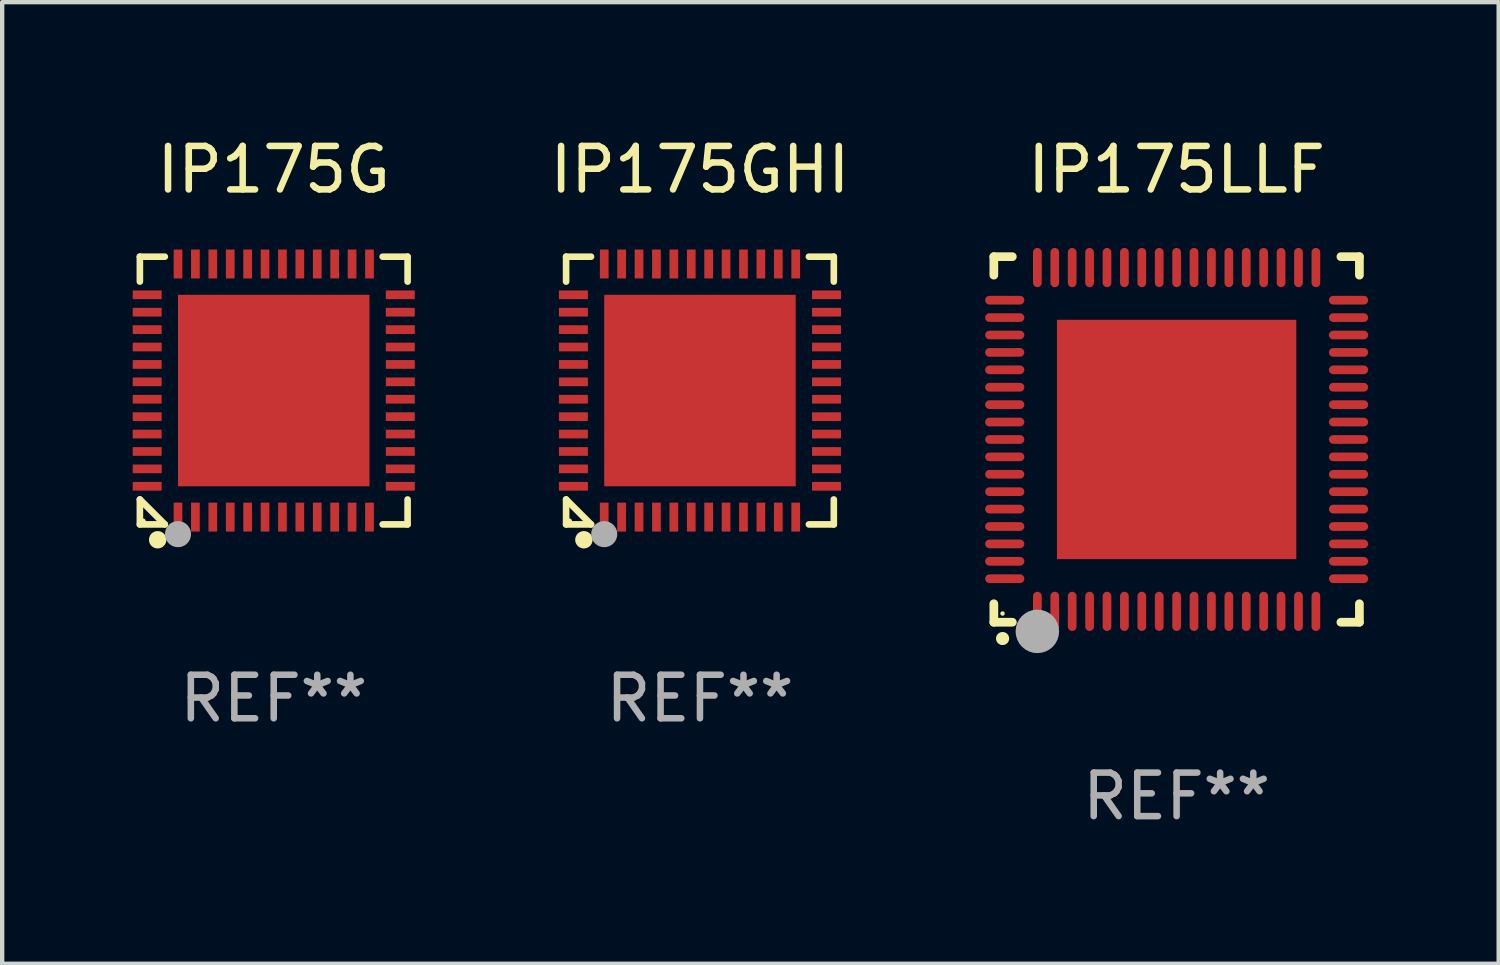
<source format=kicad_pcb>
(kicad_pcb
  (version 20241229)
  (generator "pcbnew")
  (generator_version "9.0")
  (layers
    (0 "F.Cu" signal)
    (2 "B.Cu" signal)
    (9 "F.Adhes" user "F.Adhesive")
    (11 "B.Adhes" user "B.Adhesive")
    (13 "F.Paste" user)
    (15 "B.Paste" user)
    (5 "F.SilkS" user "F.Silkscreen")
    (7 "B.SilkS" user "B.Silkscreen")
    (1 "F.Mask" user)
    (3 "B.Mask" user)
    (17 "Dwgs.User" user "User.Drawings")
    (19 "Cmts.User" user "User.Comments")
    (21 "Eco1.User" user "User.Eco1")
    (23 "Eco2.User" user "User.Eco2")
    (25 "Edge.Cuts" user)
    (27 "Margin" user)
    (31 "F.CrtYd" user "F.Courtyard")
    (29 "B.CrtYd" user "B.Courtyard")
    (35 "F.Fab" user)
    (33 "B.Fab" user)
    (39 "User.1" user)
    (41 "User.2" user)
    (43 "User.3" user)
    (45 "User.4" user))
  (footprint "IP175LLF"
    (layer "F.Cu")
    (at 23.987 7.048)
    (property "Reference" "IP175LLF" (at 0 -6.2 0) (layer "F.SilkS") (effects (font (size 1 1) (thickness 0.15))))
    (attr through_hole)
    (fp_line (start -4.2 -4.2) (end -4.2 -3.775) (stroke (width 0.2) (type solid)) (layer "F.SilkS"))
    (fp_line (start -4.2 4.2) (end -4.2 3.775) (stroke (width 0.2) (type solid)) (layer "F.SilkS"))
    (fp_line (start -3.775 -4.2) (end -4.2 -4.2) (stroke (width 0.2) (type solid)) (layer "F.SilkS"))
    (fp_line (start -3.775 4.2) (end -4.2 4.2) (stroke (width 0.2) (type solid)) (layer "F.SilkS"))
    (fp_line (start 3.775 4.2) (end 4.2 4.2) (stroke (width 0.2) (type solid)) (layer "F.SilkS"))
    (fp_line (start 4.2 -4.2) (end 3.775 -4.2) (stroke (width 0.2) (type solid)) (layer "F.SilkS"))
    (fp_line (start 4.2 -3.775) (end 4.2 -4.2) (stroke (width 0.2) (type solid)) (layer "F.SilkS"))
    (fp_line (start 4.2 4.2) (end 4.2 3.775) (stroke (width 0.2) (type solid)) (layer "F.SilkS"))
    (fp_arc (start -4.000495 4.574536) (mid -3.999225 4.574531) (end -3.997955 4.574536) (stroke (width 0.3) (type solid)) (layer "F.SilkS"))
    (fp_circle (center -4 4) (end -3.974 4) (stroke (width 0.05) (type solid)) (fill no) (layer "F.SilkS"))
    (fp_circle (center -3.2 4.41) (end -2.95 4.41) (stroke (width 0.5) (type solid)) (fill no) (layer "F.Fab"))
    (fp_text user "REF**" (at 0 8.2 0) (layer "F.Fab") (effects (font (size 1 1) (thickness 0.15))))
    (pad "1" smd oval (at -3.2 3.95) (size 0.2 0.9) (layers "F.Cu" "F.Mask" "F.Paste"))
    (pad "2" smd oval (at -2.8 3.95) (size 0.2 0.9) (layers "F.Cu" "F.Mask" "F.Paste"))
    (pad "3" smd oval (at -2.4 3.95) (size 0.2 0.9) (layers "F.Cu" "F.Mask" "F.Paste"))
    (pad "4" smd oval (at -2 3.95) (size 0.2 0.9) (layers "F.Cu" "F.Mask" "F.Paste"))
    (pad "5" smd oval (at -1.6 3.95) (size 0.2 0.9) (layers "F.Cu" "F.Mask" "F.Paste"))
    (pad "6" smd oval (at -1.2 3.95) (size 0.2 0.9) (layers "F.Cu" "F.Mask" "F.Paste"))
    (pad "7" smd oval (at -0.8 3.95) (size 0.2 0.9) (layers "F.Cu" "F.Mask" "F.Paste"))
    (pad "8" smd oval (at -0.4 3.95) (size 0.2 0.9) (layers "F.Cu" "F.Mask" "F.Paste"))
    (pad "9" smd oval (at -0.000038 3.95) (size 0.2 0.9) (layers "F.Cu" "F.Mask" "F.Paste"))
    (pad "10" smd oval (at 0.4 3.95) (size 0.2 0.9) (layers "F.Cu" "F.Mask" "F.Paste"))
    (pad "11" smd oval (at 0.8 3.95) (size 0.2 0.9) (layers "F.Cu" "F.Mask" "F.Paste"))
    (pad "12" smd oval (at 1.2 3.95) (size 0.2 0.9) (layers "F.Cu" "F.Mask" "F.Paste"))
    (pad "13" smd oval (at 1.6 3.95) (size 0.2 0.9) (layers "F.Cu" "F.Mask" "F.Paste"))
    (pad "14" smd oval (at 2 3.95) (size 0.2 0.9) (layers "F.Cu" "F.Mask" "F.Paste"))
    (pad "15" smd oval (at 2.4 3.95) (size 0.2 0.9) (layers "F.Cu" "F.Mask" "F.Paste"))
    (pad "16" smd oval (at 2.8 3.95) (size 0.2 0.9) (layers "F.Cu" "F.Mask" "F.Paste"))
    (pad "17" smd oval (at 3.2 3.95) (size 0.2 0.9) (layers "F.Cu" "F.Mask" "F.Paste"))
    (pad "18" smd oval (at 3.95 3.2) (size 0.9 0.2) (layers "F.Cu" "F.Mask" "F.Paste"))
    (pad "19" smd oval (at 3.95 2.8) (size 0.9 0.2) (layers "F.Cu" "F.Mask" "F.Paste"))
    (pad "20" smd oval (at 3.95 2.4) (size 0.9 0.2) (layers "F.Cu" "F.Mask" "F.Paste"))
    (pad "21" smd oval (at 3.95 2) (size 0.9 0.2) (layers "F.Cu" "F.Mask" "F.Paste"))
    (pad "22" smd oval (at 3.95 1.6) (size 0.9 0.2) (layers "F.Cu" "F.Mask" "F.Paste"))
    (pad "23" smd oval (at 3.95 1.2) (size 0.9 0.2) (layers "F.Cu" "F.Mask" "F.Paste"))
    (pad "24" smd oval (at 3.95 0.8) (size 0.9 0.2) (layers "F.Cu" "F.Mask" "F.Paste"))
    (pad "25" smd oval (at 3.95 0.4) (size 0.9 0.2) (layers "F.Cu" "F.Mask" "F.Paste"))
    (pad "26" smd oval (at 3.95 0.000089) (size 0.9 0.2) (layers "F.Cu" "F.Mask" "F.Paste"))
    (pad "27" smd oval (at 3.95 -0.4) (size 0.9 0.2) (layers "F.Cu" "F.Mask" "F.Paste"))
    (pad "28" smd oval (at 3.95 -0.8) (size 0.9 0.2) (layers "F.Cu" "F.Mask" "F.Paste"))
    (pad "29" smd oval (at 3.95 -1.2) (size 0.9 0.2) (layers "F.Cu" "F.Mask" "F.Paste"))
    (pad "30" smd oval (at 3.95 -1.6) (size 0.9 0.2) (layers "F.Cu" "F.Mask" "F.Paste"))
    (pad "31" smd oval (at 3.95 -2) (size 0.9 0.2) (layers "F.Cu" "F.Mask" "F.Paste"))
    (pad "32" smd oval (at 3.95 -2.4) (size 0.9 0.2) (layers "F.Cu" "F.Mask" "F.Paste"))
    (pad "33" smd oval (at 3.95 -2.8) (size 0.9 0.2) (layers "F.Cu" "F.Mask" "F.Paste"))
    (pad "34" smd oval (at 3.95 -3.2) (size 0.9 0.2) (layers "F.Cu" "F.Mask" "F.Paste"))
    (pad "35" smd oval (at 3.2 -3.95) (size 0.2 0.9) (layers "F.Cu" "F.Mask" "F.Paste"))
    (pad "36" smd oval (at 2.8 -3.95) (size 0.2 0.9) (layers "F.Cu" "F.Mask" "F.Paste"))
    (pad "37" smd oval (at 2.4 -3.95) (size 0.2 0.9) (layers "F.Cu" "F.Mask" "F.Paste"))
    (pad "38" smd oval (at 2 -3.95) (size 0.2 0.9) (layers "F.Cu" "F.Mask" "F.Paste"))
    (pad "39" smd oval (at 1.6 -3.95) (size 0.2 0.9) (layers "F.Cu" "F.Mask" "F.Paste"))
    (pad "40" smd oval (at 1.2 -3.95) (size 0.2 0.9) (layers "F.Cu" "F.Mask" "F.Paste"))
    (pad "41" smd oval (at 0.8 -3.95) (size 0.2 0.9) (layers "F.Cu" "F.Mask" "F.Paste"))
    (pad "42" smd oval (at 0.4 -3.95) (size 0.2 0.9) (layers "F.Cu" "F.Mask" "F.Paste"))
    (pad "43" smd oval (at -0.000038 -3.95) (size 0.2 0.9) (layers "F.Cu" "F.Mask" "F.Paste"))
    (pad "44" smd oval (at -0.4 -3.95) (size 0.2 0.9) (layers "F.Cu" "F.Mask" "F.Paste"))
    (pad "45" smd oval (at -0.8 -3.95) (size 0.2 0.9) (layers "F.Cu" "F.Mask" "F.Paste"))
    (pad "46" smd oval (at -1.2 -3.95) (size 0.2 0.9) (layers "F.Cu" "F.Mask" "F.Paste"))
    (pad "47" smd oval (at -1.6 -3.95) (size 0.2 0.9) (layers "F.Cu" "F.Mask" "F.Paste"))
    (pad "48" smd oval (at -2 -3.95) (size 0.2 0.9) (layers "F.Cu" "F.Mask" "F.Paste"))
    (pad "49" smd oval (at -2.4 -3.95) (size 0.2 0.9) (layers "F.Cu" "F.Mask" "F.Paste"))
    (pad "50" smd oval (at -2.8 -3.95) (size 0.2 0.9) (layers "F.Cu" "F.Mask" "F.Paste"))
    (pad "51" smd oval (at -3.2 -3.95) (size 0.2 0.9) (layers "F.Cu" "F.Mask" "F.Paste"))
    (pad "52" smd oval (at -3.95 -3.2) (size 0.9 0.2) (layers "F.Cu" "F.Mask" "F.Paste"))
    (pad "53" smd oval (at -3.95 -2.8) (size 0.9 0.2) (layers "F.Cu" "F.Mask" "F.Paste"))
    (pad "54" smd oval (at -3.95 -2.4) (size 0.9 0.2) (layers "F.Cu" "F.Mask" "F.Paste"))
    (pad "55" smd oval (at -3.95 -2) (size 0.9 0.2) (layers "F.Cu" "F.Mask" "F.Paste"))
    (pad "56" smd oval (at -3.95 -1.6) (size 0.9 0.2) (layers "F.Cu" "F.Mask" "F.Paste"))
    (pad "57" smd oval (at -3.95 -1.2) (size 0.9 0.2) (layers "F.Cu" "F.Mask" "F.Paste"))
    (pad "58" smd oval (at -3.95 -0.8) (size 0.9 0.2) (layers "F.Cu" "F.Mask" "F.Paste"))
    (pad "59" smd oval (at -3.95 -0.4) (size 0.9 0.2) (layers "F.Cu" "F.Mask" "F.Paste"))
    (pad "60" smd oval (at -3.95 0.000089) (size 0.9 0.2) (layers "F.Cu" "F.Mask" "F.Paste"))
    (pad "61" smd oval (at -3.95 0.4) (size 0.9 0.2) (layers "F.Cu" "F.Mask" "F.Paste"))
    (pad "62" smd oval (at -3.95 0.8) (size 0.9 0.2) (layers "F.Cu" "F.Mask" "F.Paste"))
    (pad "63" smd oval (at -3.95 1.2) (size 0.9 0.2) (layers "F.Cu" "F.Mask" "F.Paste"))
    (pad "64" smd oval (at -3.95 1.6) (size 0.9 0.2) (layers "F.Cu" "F.Mask" "F.Paste"))
    (pad "65" smd oval (at -3.95 2) (size 0.9 0.2) (layers "F.Cu" "F.Mask" "F.Paste"))
    (pad "66" smd oval (at -3.95 2.4) (size 0.9 0.2) (layers "F.Cu" "F.Mask" "F.Paste"))
    (pad "67" smd oval (at -3.95 2.8) (size 0.9 0.2) (layers "F.Cu" "F.Mask" "F.Paste"))
    (pad "68" smd oval (at -3.95 3.2) (size 0.9 0.2) (layers "F.Cu" "F.Mask" "F.Paste"))
    (pad "69" smd rect (at -0.000038 0.000089) (size 5.5 5.5) (layers "F.Cu" "F.Mask" "F.Paste")))
  (footprint "IP175G"
    (layer "F.Cu")
    (at 3.24 5.924)
    (property "Reference" "IP175G" (at 0 -5.076 0) (layer "F.SilkS") (effects (font (size 1 1) (thickness 0.15))))
    (attr through_hole)
    (fp_line (start -3.076 -3.076) (end -2.503 -3.076) (stroke (width 0.152) (type solid)) (layer "F.SilkS"))
    (fp_line (start -3.076 -2.503) (end -3.076 -3.076) (stroke (width 0.152) (type solid)) (layer "F.SilkS"))
    (fp_line (start -3.076 2.503) (end -3.076 3.076) (stroke (width 0.152) (type solid)) (layer "F.SilkS"))
    (fp_line (start -3.076 2.503) (end -2.503 3.076) (stroke (width 0.152) (type solid)) (layer "F.SilkS"))
    (fp_line (start -3.076 3.076) (end -2.503 3.076) (stroke (width 0.152) (type solid)) (layer "F.SilkS"))
    (fp_line (start 3.076 -3.076) (end 2.503 -3.076) (stroke (width 0.152) (type solid)) (layer "F.SilkS"))
    (fp_line (start 3.076 -2.503) (end 3.076 -3.076) (stroke (width 0.152) (type solid)) (layer "F.SilkS"))
    (fp_line (start 3.076 2.503) (end 3.076 3.076) (stroke (width 0.152) (type solid)) (layer "F.SilkS"))
    (fp_line (start 3.076 3.076) (end 2.503 3.076) (stroke (width 0.152) (type solid)) (layer "F.SilkS"))
    (fp_circle (center -3 3) (end -2.97 3) (stroke (width 0.06) (type solid)) (fill no) (layer "F.SilkS"))
    (fp_circle (center -2.667 3.429) (end -2.567 3.429) (stroke (width 0.2) (type solid)) (fill no) (layer "F.SilkS"))
    (fp_circle (center -2.2 3.3) (end -2.05 3.3) (stroke (width 0.3) (type solid)) (fill no) (layer "F.Fab"))
    (fp_text user "REF**" (at 0 7.076 0) (layer "F.Fab") (effects (font (size 1 1) (thickness 0.15))))
    (pad "1" smd rect (at -2.2 2.908) (size 0.2 0.665) (layers "F.Cu" "F.Mask" "F.Paste"))
    (pad "2" smd rect (at -1.8 2.908) (size 0.2 0.665) (layers "F.Cu" "F.Mask" "F.Paste"))
    (pad "3" smd rect (at -1.4 2.908) (size 0.2 0.665) (layers "F.Cu" "F.Mask" "F.Paste"))
    (pad "4" smd rect (at -1 2.908) (size 0.2 0.665) (layers "F.Cu" "F.Mask" "F.Paste"))
    (pad "5" smd rect (at -0.6 2.908) (size 0.2 0.665) (layers "F.Cu" "F.Mask" "F.Paste"))
    (pad "6" smd rect (at -0.2 2.908) (size 0.2 0.665) (layers "F.Cu" "F.Mask" "F.Paste"))
    (pad "7" smd rect (at 0.2 2.908) (size 0.2 0.665) (layers "F.Cu" "F.Mask" "F.Paste"))
    (pad "8" smd rect (at 0.6 2.908) (size 0.2 0.665) (layers "F.Cu" "F.Mask" "F.Paste"))
    (pad "9" smd rect (at 1 2.908) (size 0.2 0.665) (layers "F.Cu" "F.Mask" "F.Paste"))
    (pad "10" smd rect (at 1.4 2.908) (size 0.2 0.665) (layers "F.Cu" "F.Mask" "F.Paste"))
    (pad "11" smd rect (at 1.8 2.908) (size 0.2 0.665) (layers "F.Cu" "F.Mask" "F.Paste"))
    (pad "12" smd rect (at 2.2 2.908) (size 0.2 0.665) (layers "F.Cu" "F.Mask" "F.Paste"))
    (pad "13" smd rect (at 2.908 2.2) (size 0.665 0.2) (layers "F.Cu" "F.Mask" "F.Paste"))
    (pad "14" smd rect (at 2.908 1.8) (size 0.665 0.2) (layers "F.Cu" "F.Mask" "F.Paste"))
    (pad "15" smd rect (at 2.908 1.4) (size 0.665 0.2) (layers "F.Cu" "F.Mask" "F.Paste"))
    (pad "16" smd rect (at 2.908 1) (size 0.665 0.2) (layers "F.Cu" "F.Mask" "F.Paste"))
    (pad "17" smd rect (at 2.908 0.6) (size 0.665 0.2) (layers "F.Cu" "F.Mask" "F.Paste"))
    (pad "18" smd rect (at 2.908 0.2) (size 0.665 0.2) (layers "F.Cu" "F.Mask" "F.Paste"))
    (pad "19" smd rect (at 2.908 -0.2) (size 0.665 0.2) (layers "F.Cu" "F.Mask" "F.Paste"))
    (pad "20" smd rect (at 2.908 -0.6) (size 0.665 0.2) (layers "F.Cu" "F.Mask" "F.Paste"))
    (pad "21" smd rect (at 2.908 -1) (size 0.665 0.2) (layers "F.Cu" "F.Mask" "F.Paste"))
    (pad "22" smd rect (at 2.908 -1.4) (size 0.665 0.2) (layers "F.Cu" "F.Mask" "F.Paste"))
    (pad "23" smd rect (at 2.908 -1.8) (size 0.665 0.2) (layers "F.Cu" "F.Mask" "F.Paste"))
    (pad "24" smd rect (at 2.908 -2.2) (size 0.665 0.2) (layers "F.Cu" "F.Mask" "F.Paste"))
    (pad "25" smd rect (at 2.2 -2.908) (size 0.2 0.665) (layers "F.Cu" "F.Mask" "F.Paste"))
    (pad "26" smd rect (at 1.8 -2.908) (size 0.2 0.665) (layers "F.Cu" "F.Mask" "F.Paste"))
    (pad "27" smd rect (at 1.4 -2.908) (size 0.2 0.665) (layers "F.Cu" "F.Mask" "F.Paste"))
    (pad "28" smd rect (at 1 -2.908) (size 0.2 0.665) (layers "F.Cu" "F.Mask" "F.Paste"))
    (pad "29" smd rect (at 0.6 -2.908) (size 0.2 0.665) (layers "F.Cu" "F.Mask" "F.Paste"))
    (pad "30" smd rect (at 0.2 -2.908) (size 0.2 0.665) (layers "F.Cu" "F.Mask" "F.Paste"))
    (pad "31" smd rect (at -0.2 -2.908) (size 0.2 0.665) (layers "F.Cu" "F.Mask" "F.Paste"))
    (pad "32" smd rect (at -0.6 -2.908) (size 0.2 0.665) (layers "F.Cu" "F.Mask" "F.Paste"))
    (pad "33" smd rect (at -1 -2.908) (size 0.2 0.665) (layers "F.Cu" "F.Mask" "F.Paste"))
    (pad "34" smd rect (at -1.4 -2.908) (size 0.2 0.665) (layers "F.Cu" "F.Mask" "F.Paste"))
    (pad "35" smd rect (at -1.8 -2.908) (size 0.2 0.665) (layers "F.Cu" "F.Mask" "F.Paste"))
    (pad "36" smd rect (at -2.2 -2.908) (size 0.2 0.665) (layers "F.Cu" "F.Mask" "F.Paste"))
    (pad "37" smd rect (at -2.908 -2.2) (size 0.665 0.2) (layers "F.Cu" "F.Mask" "F.Paste"))
    (pad "38" smd rect (at -2.908 -1.8) (size 0.665 0.2) (layers "F.Cu" "F.Mask" "F.Paste"))
    (pad "39" smd rect (at -2.908 -1.4) (size 0.665 0.2) (layers "F.Cu" "F.Mask" "F.Paste"))
    (pad "40" smd rect (at -2.908 -1) (size 0.665 0.2) (layers "F.Cu" "F.Mask" "F.Paste"))
    (pad "41" smd rect (at -2.908 -0.6) (size 0.665 0.2) (layers "F.Cu" "F.Mask" "F.Paste"))
    (pad "42" smd rect (at -2.908 -0.2) (size 0.665 0.2) (layers "F.Cu" "F.Mask" "F.Paste"))
    (pad "43" smd rect (at -2.908 0.2) (size 0.665 0.2) (layers "F.Cu" "F.Mask" "F.Paste"))
    (pad "44" smd rect (at -2.908 0.6) (size 0.665 0.2) (layers "F.Cu" "F.Mask" "F.Paste"))
    (pad "45" smd rect (at -2.908 1) (size 0.665 0.2) (layers "F.Cu" "F.Mask" "F.Paste"))
    (pad "46" smd rect (at -2.908 1.4) (size 0.665 0.2) (layers "F.Cu" "F.Mask" "F.Paste"))
    (pad "47" smd rect (at -2.908 1.8) (size 0.665 0.2) (layers "F.Cu" "F.Mask" "F.Paste"))
    (pad "48" smd rect (at -2.908 2.2) (size 0.665 0.2) (layers "F.Cu" "F.Mask" "F.Paste"))
    (pad "49" smd rect (at 0 0) (size 4.4 4.4) (layers "F.Cu" "F.Mask" "F.Paste")))
  (footprint "IP175GHI"
    (layer "F.Cu")
    (at 13.034 5.924)
    (property "Reference" "IP175GHI" (at 0 -5.076 0) (layer "F.SilkS") (effects (font (size 1 1) (thickness 0.15))))
    (attr through_hole)
    (fp_line (start -3.076 -3.076) (end -2.503 -3.076) (stroke (width 0.152) (type solid)) (layer "F.SilkS"))
    (fp_line (start -3.076 -2.503) (end -3.076 -3.076) (stroke (width 0.152) (type solid)) (layer "F.SilkS"))
    (fp_line (start -3.076 2.503) (end -3.076 3.076) (stroke (width 0.152) (type solid)) (layer "F.SilkS"))
    (fp_line (start -3.076 2.503) (end -2.503 3.076) (stroke (width 0.152) (type solid)) (layer "F.SilkS"))
    (fp_line (start -3.076 3.076) (end -2.503 3.076) (stroke (width 0.152) (type solid)) (layer "F.SilkS"))
    (fp_line (start 3.076 -3.076) (end 2.503 -3.076) (stroke (width 0.152) (type solid)) (layer "F.SilkS"))
    (fp_line (start 3.076 -2.503) (end 3.076 -3.076) (stroke (width 0.152) (type solid)) (layer "F.SilkS"))
    (fp_line (start 3.076 2.503) (end 3.076 3.076) (stroke (width 0.152) (type solid)) (layer "F.SilkS"))
    (fp_line (start 3.076 3.076) (end 2.503 3.076) (stroke (width 0.152) (type solid)) (layer "F.SilkS"))
    (fp_circle (center -3 3) (end -2.97 3) (stroke (width 0.06) (type solid)) (fill no) (layer "F.SilkS"))
    (fp_circle (center -2.667 3.429) (end -2.567 3.429) (stroke (width 0.2) (type solid)) (fill no) (layer "F.SilkS"))
    (fp_circle (center -2.2 3.3) (end -2.05 3.3) (stroke (width 0.3) (type solid)) (fill no) (layer "F.Fab"))
    (fp_text user "REF**" (at 0 7.076 0) (layer "F.Fab") (effects (font (size 1 1) (thickness 0.15))))
    (pad "1" smd rect (at -2.2 2.908) (size 0.2 0.665) (layers "F.Cu" "F.Mask" "F.Paste"))
    (pad "2" smd rect (at -1.8 2.908) (size 0.2 0.665) (layers "F.Cu" "F.Mask" "F.Paste"))
    (pad "3" smd rect (at -1.4 2.908) (size 0.2 0.665) (layers "F.Cu" "F.Mask" "F.Paste"))
    (pad "4" smd rect (at -1 2.908) (size 0.2 0.665) (layers "F.Cu" "F.Mask" "F.Paste"))
    (pad "5" smd rect (at -0.6 2.908) (size 0.2 0.665) (layers "F.Cu" "F.Mask" "F.Paste"))
    (pad "6" smd rect (at -0.2 2.908) (size 0.2 0.665) (layers "F.Cu" "F.Mask" "F.Paste"))
    (pad "7" smd rect (at 0.2 2.908) (size 0.2 0.665) (layers "F.Cu" "F.Mask" "F.Paste"))
    (pad "8" smd rect (at 0.6 2.908) (size 0.2 0.665) (layers "F.Cu" "F.Mask" "F.Paste"))
    (pad "9" smd rect (at 1 2.908) (size 0.2 0.665) (layers "F.Cu" "F.Mask" "F.Paste"))
    (pad "10" smd rect (at 1.4 2.908) (size 0.2 0.665) (layers "F.Cu" "F.Mask" "F.Paste"))
    (pad "11" smd rect (at 1.8 2.908) (size 0.2 0.665) (layers "F.Cu" "F.Mask" "F.Paste"))
    (pad "12" smd rect (at 2.2 2.908) (size 0.2 0.665) (layers "F.Cu" "F.Mask" "F.Paste"))
    (pad "13" smd rect (at 2.908 2.2) (size 0.665 0.2) (layers "F.Cu" "F.Mask" "F.Paste"))
    (pad "14" smd rect (at 2.908 1.8) (size 0.665 0.2) (layers "F.Cu" "F.Mask" "F.Paste"))
    (pad "15" smd rect (at 2.908 1.4) (size 0.665 0.2) (layers "F.Cu" "F.Mask" "F.Paste"))
    (pad "16" smd rect (at 2.908 1) (size 0.665 0.2) (layers "F.Cu" "F.Mask" "F.Paste"))
    (pad "17" smd rect (at 2.908 0.6) (size 0.665 0.2) (layers "F.Cu" "F.Mask" "F.Paste"))
    (pad "18" smd rect (at 2.908 0.2) (size 0.665 0.2) (layers "F.Cu" "F.Mask" "F.Paste"))
    (pad "19" smd rect (at 2.908 -0.2) (size 0.665 0.2) (layers "F.Cu" "F.Mask" "F.Paste"))
    (pad "20" smd rect (at 2.908 -0.6) (size 0.665 0.2) (layers "F.Cu" "F.Mask" "F.Paste"))
    (pad "21" smd rect (at 2.908 -1) (size 0.665 0.2) (layers "F.Cu" "F.Mask" "F.Paste"))
    (pad "22" smd rect (at 2.908 -1.4) (size 0.665 0.2) (layers "F.Cu" "F.Mask" "F.Paste"))
    (pad "23" smd rect (at 2.908 -1.8) (size 0.665 0.2) (layers "F.Cu" "F.Mask" "F.Paste"))
    (pad "24" smd rect (at 2.908 -2.2) (size 0.665 0.2) (layers "F.Cu" "F.Mask" "F.Paste"))
    (pad "25" smd rect (at 2.2 -2.908) (size 0.2 0.665) (layers "F.Cu" "F.Mask" "F.Paste"))
    (pad "26" smd rect (at 1.8 -2.908) (size 0.2 0.665) (layers "F.Cu" "F.Mask" "F.Paste"))
    (pad "27" smd rect (at 1.4 -2.908) (size 0.2 0.665) (layers "F.Cu" "F.Mask" "F.Paste"))
    (pad "28" smd rect (at 1 -2.908) (size 0.2 0.665) (layers "F.Cu" "F.Mask" "F.Paste"))
    (pad "29" smd rect (at 0.6 -2.908) (size 0.2 0.665) (layers "F.Cu" "F.Mask" "F.Paste"))
    (pad "30" smd rect (at 0.2 -2.908) (size 0.2 0.665) (layers "F.Cu" "F.Mask" "F.Paste"))
    (pad "31" smd rect (at -0.2 -2.908) (size 0.2 0.665) (layers "F.Cu" "F.Mask" "F.Paste"))
    (pad "32" smd rect (at -0.6 -2.908) (size 0.2 0.665) (layers "F.Cu" "F.Mask" "F.Paste"))
    (pad "33" smd rect (at -1 -2.908) (size 0.2 0.665) (layers "F.Cu" "F.Mask" "F.Paste"))
    (pad "34" smd rect (at -1.4 -2.908) (size 0.2 0.665) (layers "F.Cu" "F.Mask" "F.Paste"))
    (pad "35" smd rect (at -1.8 -2.908) (size 0.2 0.665) (layers "F.Cu" "F.Mask" "F.Paste"))
    (pad "36" smd rect (at -2.2 -2.908) (size 0.2 0.665) (layers "F.Cu" "F.Mask" "F.Paste"))
    (pad "37" smd rect (at -2.908 -2.2) (size 0.665 0.2) (layers "F.Cu" "F.Mask" "F.Paste"))
    (pad "38" smd rect (at -2.908 -1.8) (size 0.665 0.2) (layers "F.Cu" "F.Mask" "F.Paste"))
    (pad "39" smd rect (at -2.908 -1.4) (size 0.665 0.2) (layers "F.Cu" "F.Mask" "F.Paste"))
    (pad "40" smd rect (at -2.908 -1) (size 0.665 0.2) (layers "F.Cu" "F.Mask" "F.Paste"))
    (pad "41" smd rect (at -2.908 -0.6) (size 0.665 0.2) (layers "F.Cu" "F.Mask" "F.Paste"))
    (pad "42" smd rect (at -2.908 -0.2) (size 0.665 0.2) (layers "F.Cu" "F.Mask" "F.Paste"))
    (pad "43" smd rect (at -2.908 0.2) (size 0.665 0.2) (layers "F.Cu" "F.Mask" "F.Paste"))
    (pad "44" smd rect (at -2.908 0.6) (size 0.665 0.2) (layers "F.Cu" "F.Mask" "F.Paste"))
    (pad "45" smd rect (at -2.908 1) (size 0.665 0.2) (layers "F.Cu" "F.Mask" "F.Paste"))
    (pad "46" smd rect (at -2.908 1.4) (size 0.665 0.2) (layers "F.Cu" "F.Mask" "F.Paste"))
    (pad "47" smd rect (at -2.908 1.8) (size 0.665 0.2) (layers "F.Cu" "F.Mask" "F.Paste"))
    (pad "48" smd rect (at -2.908 2.2) (size 0.665 0.2) (layers "F.Cu" "F.Mask" "F.Paste"))
    (pad "49" smd rect (at 0 0) (size 4.4 4.4) (layers "F.Cu" "F.Mask" "F.Paste")))
  (gr_rect
    (start -3 -3)
    (end 31.387 19.096)
    (stroke (width 0.1) (type default))
    (fill no)
    (layer "Edge.Cuts")))
</source>
